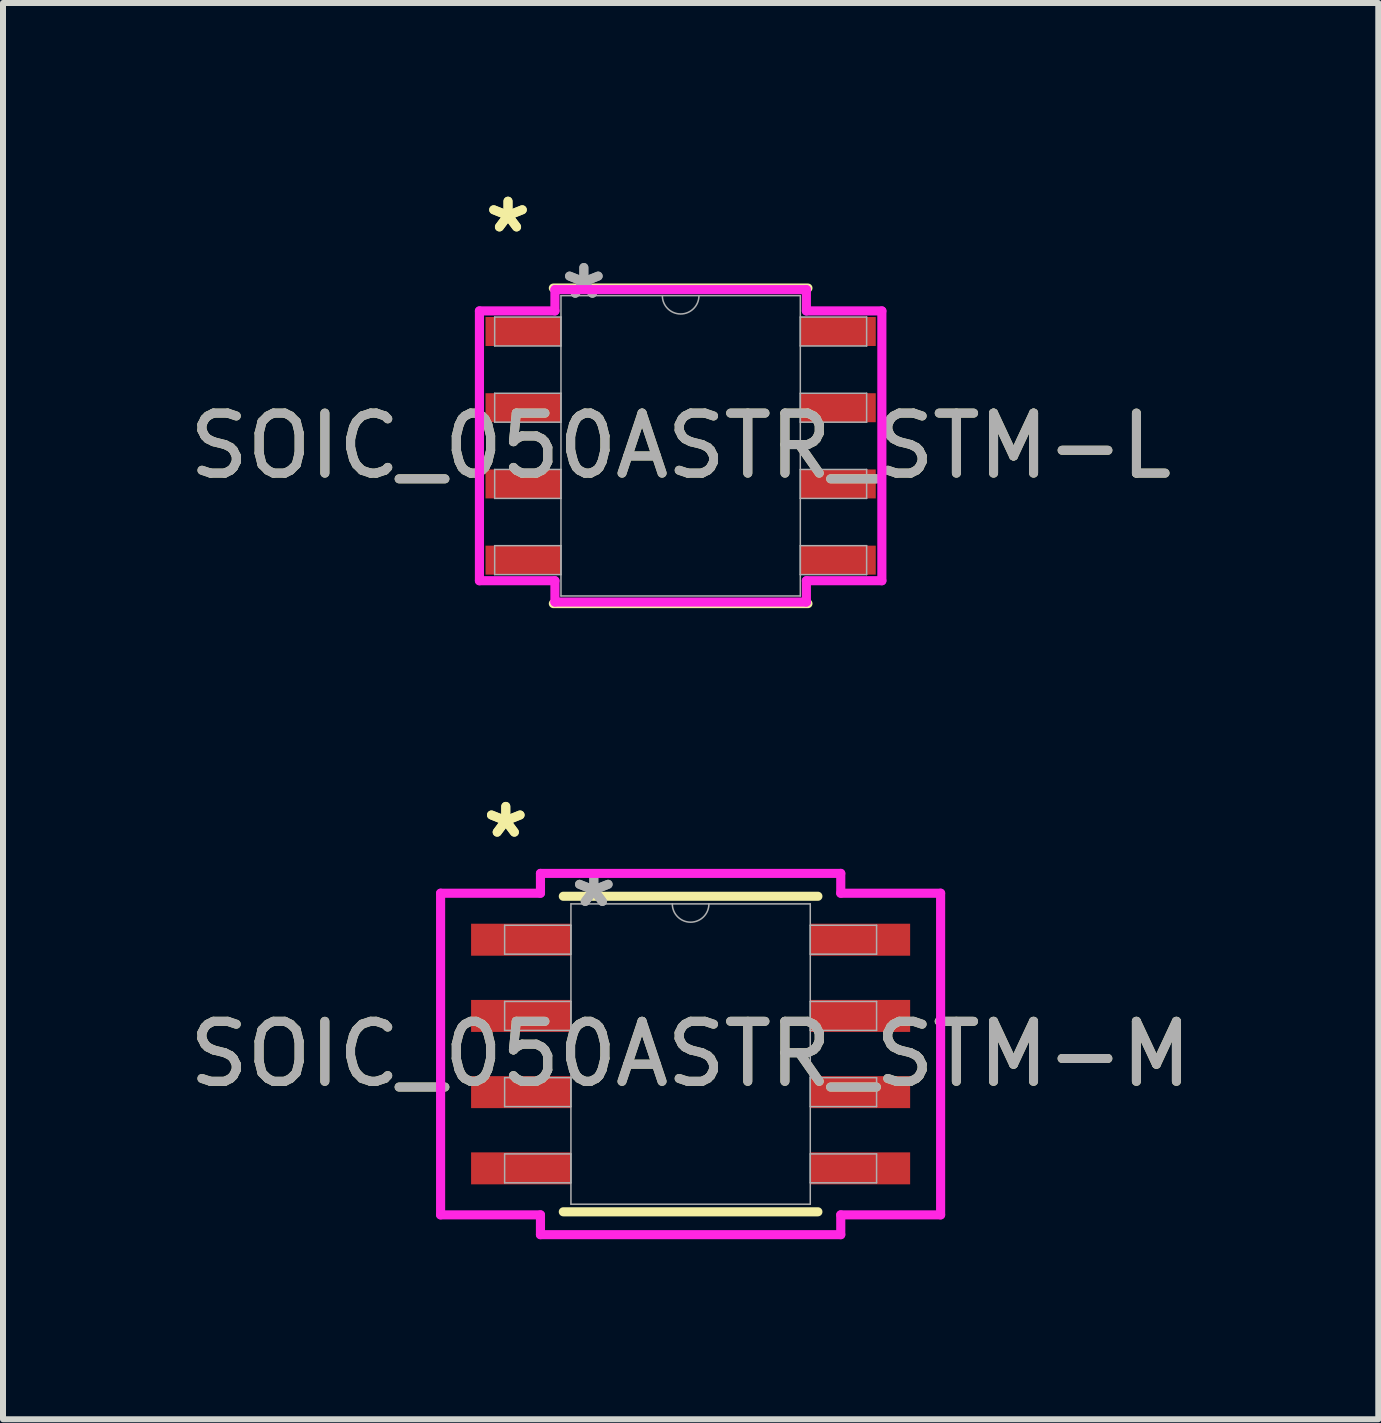
<source format=kicad_pcb>
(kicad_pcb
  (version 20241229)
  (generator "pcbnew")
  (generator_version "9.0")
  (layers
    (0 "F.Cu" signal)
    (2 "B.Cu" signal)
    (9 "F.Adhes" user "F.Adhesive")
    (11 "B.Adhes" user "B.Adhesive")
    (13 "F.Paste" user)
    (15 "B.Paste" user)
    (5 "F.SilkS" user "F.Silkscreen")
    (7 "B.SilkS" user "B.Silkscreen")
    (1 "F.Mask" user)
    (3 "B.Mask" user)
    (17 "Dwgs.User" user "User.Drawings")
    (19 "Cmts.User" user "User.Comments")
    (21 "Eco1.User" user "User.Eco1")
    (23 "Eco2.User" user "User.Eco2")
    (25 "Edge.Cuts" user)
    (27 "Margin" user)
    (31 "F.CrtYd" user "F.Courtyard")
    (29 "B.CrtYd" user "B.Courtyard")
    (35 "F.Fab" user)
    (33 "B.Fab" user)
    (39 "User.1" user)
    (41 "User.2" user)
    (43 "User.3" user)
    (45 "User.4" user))
  (footprint "SOIC_050ASTR_STM-M"
    (layer "F.Cu")
    (at 8.458 14.514)
    (property "Reference" "SOIC_050ASTR_STM-M" (at 0 0 0) (unlocked yes) (layer "F.SilkS") (effects (font (size 1 1) (thickness 0.15))))
    (attr smd)
    (fp_line (start -2.121 2.629) (end 2.121 2.629) (stroke (width 0.152) (type solid)) (layer "F.SilkS"))
    (fp_line (start 2.121 -2.629) (end -2.121 -2.629) (stroke (width 0.152) (type solid)) (layer "F.SilkS"))
    (fp_line (start -4.166 -2.68) (end -2.502 -2.68) (stroke (width 0.152) (type solid)) (layer "F.CrtYd"))
    (fp_line (start -4.166 2.68) (end -4.166 -2.68) (stroke (width 0.152) (type solid)) (layer "F.CrtYd"))
    (fp_line (start -4.166 2.68) (end -2.502 2.68) (stroke (width 0.152) (type solid)) (layer "F.CrtYd"))
    (fp_line (start -2.502 -3.01) (end 2.502 -3.01) (stroke (width 0.152) (type solid)) (layer "F.CrtYd"))
    (fp_line (start -2.502 -2.68) (end -2.502 -3.01) (stroke (width 0.152) (type solid)) (layer "F.CrtYd"))
    (fp_line (start -2.502 3.01) (end -2.502 2.68) (stroke (width 0.152) (type solid)) (layer "F.CrtYd"))
    (fp_line (start 2.502 -3.01) (end 2.502 -2.68) (stroke (width 0.152) (type solid)) (layer "F.CrtYd"))
    (fp_line (start 2.502 2.68) (end 2.502 3.01) (stroke (width 0.152) (type solid)) (layer "F.CrtYd"))
    (fp_line (start 2.502 3.01) (end -2.502 3.01) (stroke (width 0.152) (type solid)) (layer "F.CrtYd"))
    (fp_line (start 4.166 -2.68) (end 2.502 -2.68) (stroke (width 0.152) (type solid)) (layer "F.CrtYd"))
    (fp_line (start 4.166 -2.68) (end 4.166 2.68) (stroke (width 0.152) (type solid)) (layer "F.CrtYd"))
    (fp_line (start 4.166 2.68) (end 2.502 2.68) (stroke (width 0.152) (type solid)) (layer "F.CrtYd"))
    (fp_line (start -3.099 -2.146) (end -3.099 -1.664) (stroke (width 0.025) (type solid)) (layer "F.Fab"))
    (fp_line (start -3.099 -1.664) (end -1.994 -1.664) (stroke (width 0.025) (type solid)) (layer "F.Fab"))
    (fp_line (start -3.099 -0.876) (end -3.099 -0.394) (stroke (width 0.025) (type solid)) (layer "F.Fab"))
    (fp_line (start -3.099 -0.394) (end -1.994 -0.394) (stroke (width 0.025) (type solid)) (layer "F.Fab"))
    (fp_line (start -3.099 0.394) (end -3.099 0.876) (stroke (width 0.025) (type solid)) (layer "F.Fab"))
    (fp_line (start -3.099 0.876) (end -1.994 0.876) (stroke (width 0.025) (type solid)) (layer "F.Fab"))
    (fp_line (start -3.099 1.664) (end -3.099 2.146) (stroke (width 0.025) (type solid)) (layer "F.Fab"))
    (fp_line (start -3.099 2.146) (end -1.994 2.146) (stroke (width 0.025) (type solid)) (layer "F.Fab"))
    (fp_line (start -1.994 -2.502) (end -1.994 2.502) (stroke (width 0.025) (type solid)) (layer "F.Fab"))
    (fp_line (start -1.994 -2.146) (end -3.099 -2.146) (stroke (width 0.025) (type solid)) (layer "F.Fab"))
    (fp_line (start -1.994 -1.664) (end -1.994 -2.146) (stroke (width 0.025) (type solid)) (layer "F.Fab"))
    (fp_line (start -1.994 -0.876) (end -3.099 -0.876) (stroke (width 0.025) (type solid)) (layer "F.Fab"))
    (fp_line (start -1.994 -0.394) (end -1.994 -0.876) (stroke (width 0.025) (type solid)) (layer "F.Fab"))
    (fp_line (start -1.994 0.394) (end -3.099 0.394) (stroke (width 0.025) (type solid)) (layer "F.Fab"))
    (fp_line (start -1.994 0.876) (end -1.994 0.394) (stroke (width 0.025) (type solid)) (layer "F.Fab"))
    (fp_line (start -1.994 1.664) (end -3.099 1.664) (stroke (width 0.025) (type solid)) (layer "F.Fab"))
    (fp_line (start -1.994 2.146) (end -1.994 1.664) (stroke (width 0.025) (type solid)) (layer "F.Fab"))
    (fp_line (start -1.994 2.502) (end 1.994 2.502) (stroke (width 0.025) (type solid)) (layer "F.Fab"))
    (fp_line (start 1.994 -2.502) (end -1.994 -2.502) (stroke (width 0.025) (type solid)) (layer "F.Fab"))
    (fp_line (start 1.994 -2.146) (end 1.994 -1.664) (stroke (width 0.025) (type solid)) (layer "F.Fab"))
    (fp_line (start 1.994 -1.664) (end 3.099 -1.664) (stroke (width 0.025) (type solid)) (layer "F.Fab"))
    (fp_line (start 1.994 -0.876) (end 1.994 -0.394) (stroke (width 0.025) (type solid)) (layer "F.Fab"))
    (fp_line (start 1.994 -0.394) (end 3.099 -0.394) (stroke (width 0.025) (type solid)) (layer "F.Fab"))
    (fp_line (start 1.994 0.394) (end 1.994 0.876) (stroke (width 0.025) (type solid)) (layer "F.Fab"))
    (fp_line (start 1.994 0.876) (end 3.099 0.876) (stroke (width 0.025) (type solid)) (layer "F.Fab"))
    (fp_line (start 1.994 1.664) (end 1.994 2.146) (stroke (width 0.025) (type solid)) (layer "F.Fab"))
    (fp_line (start 1.994 2.146) (end 3.099 2.146) (stroke (width 0.025) (type solid)) (layer "F.Fab"))
    (fp_line (start 1.994 2.502) (end 1.994 -2.502) (stroke (width 0.025) (type solid)) (layer "F.Fab"))
    (fp_line (start 3.099 -2.146) (end 1.994 -2.146) (stroke (width 0.025) (type solid)) (layer "F.Fab"))
    (fp_line (start 3.099 -1.664) (end 3.099 -2.146) (stroke (width 0.025) (type solid)) (layer "F.Fab"))
    (fp_line (start 3.099 -0.876) (end 1.994 -0.876) (stroke (width 0.025) (type solid)) (layer "F.Fab"))
    (fp_line (start 3.099 -0.394) (end 3.099 -0.876) (stroke (width 0.025) (type solid)) (layer "F.Fab"))
    (fp_line (start 3.099 0.394) (end 1.994 0.394) (stroke (width 0.025) (type solid)) (layer "F.Fab"))
    (fp_line (start 3.099 0.876) (end 3.099 0.394) (stroke (width 0.025) (type solid)) (layer "F.Fab"))
    (fp_line (start 3.099 1.664) (end 1.994 1.664) (stroke (width 0.025) (type solid)) (layer "F.Fab"))
    (fp_line (start 3.099 2.146) (end 3.099 1.664) (stroke (width 0.025) (type solid)) (layer "F.Fab"))
    (fp_arc (start 0.3048 -2.5019) (mid 0 -2.1971) (end -0.3048 -2.5019) (stroke (width 0.0254) (type solid)) (layer "F.Fab"))
    (fp_text user "*" (at -3.08 -3.581 0) (layer "F.SilkS") (effects (font (size 1 1) (thickness 0.15))))
    (fp_text user "*" (at -3.08 -3.581 0) (unlocked yes) (layer "F.SilkS") (effects (font (size 1 1) (thickness 0.15))))
    (fp_text user "*" (at -1.613 -2.426 0) (unlocked yes) (layer "F.Fab") (effects (font (size 1 1) (thickness 0.15))))
    (fp_text user "*" (at -1.613 -2.426 0) (layer "F.Fab") (effects (font (size 1 1) (thickness 0.15))))
    (fp_text user "${REFERENCE}" (at 0 0 0) (unlocked yes) (layer "F.Fab") (effects (font (size 1 1) (thickness 0.15))))
    (pad "1" smd rect (at -2.826 -1.905) (size 1.664 0.533) (layers "F.Cu" "F.Mask" "F.Paste"))
    (pad "2" smd rect (at -2.826 -0.635) (size 1.664 0.533) (layers "F.Cu" "F.Mask" "F.Paste"))
    (pad "3" smd rect (at -2.826 0.635) (size 1.664 0.533) (layers "F.Cu" "F.Mask" "F.Paste"))
    (pad "4" smd rect (at -2.826 1.905) (size 1.664 0.533) (layers "F.Cu" "F.Mask" "F.Paste"))
    (pad "5" smd rect (at 2.826 1.905) (size 1.664 0.533) (layers "F.Cu" "F.Mask" "F.Paste"))
    (pad "6" smd rect (at 2.826 0.635) (size 1.664 0.533) (layers "F.Cu" "F.Mask" "F.Paste"))
    (pad "7" smd rect (at 2.826 -0.635) (size 1.664 0.533) (layers "F.Cu" "F.Mask" "F.Paste"))
    (pad "8" smd rect (at 2.826 -1.905) (size 1.664 0.533) (layers "F.Cu" "F.Mask" "F.Paste")))
  (footprint "SOIC_050ASTR_STM-L"
    (layer "F.Cu")
    (at 8.292 4.379)
    (property "Reference" "SOIC_050ASTR_STM-L" (at 0 0 0) (unlocked yes) (layer "F.SilkS") (effects (font (size 1 1) (thickness 0.15))))
    (attr smd)
    (fp_line (start -2.121 2.629) (end 2.121 2.629) (stroke (width 0.152) (type solid)) (layer "F.SilkS"))
    (fp_line (start 2.121 -2.629) (end -2.121 -2.629) (stroke (width 0.152) (type solid)) (layer "F.SilkS"))
    (fp_line (start -3.353 -2.248) (end -2.095 -2.248) (stroke (width 0.152) (type solid)) (layer "F.CrtYd"))
    (fp_line (start -3.353 2.248) (end -3.353 -2.248) (stroke (width 0.152) (type solid)) (layer "F.CrtYd"))
    (fp_line (start -3.353 2.248) (end -2.095 2.248) (stroke (width 0.152) (type solid)) (layer "F.CrtYd"))
    (fp_line (start -2.095 -2.603) (end 2.095 -2.603) (stroke (width 0.152) (type solid)) (layer "F.CrtYd"))
    (fp_line (start -2.095 -2.248) (end -2.095 -2.603) (stroke (width 0.152) (type solid)) (layer "F.CrtYd"))
    (fp_line (start -2.095 2.603) (end -2.095 2.248) (stroke (width 0.152) (type solid)) (layer "F.CrtYd"))
    (fp_line (start 2.095 -2.603) (end 2.095 -2.248) (stroke (width 0.152) (type solid)) (layer "F.CrtYd"))
    (fp_line (start 2.095 2.248) (end 2.095 2.603) (stroke (width 0.152) (type solid)) (layer "F.CrtYd"))
    (fp_line (start 2.095 2.603) (end -2.095 2.603) (stroke (width 0.152) (type solid)) (layer "F.CrtYd"))
    (fp_line (start 3.353 -2.248) (end 2.095 -2.248) (stroke (width 0.152) (type solid)) (layer "F.CrtYd"))
    (fp_line (start 3.353 -2.248) (end 3.353 2.248) (stroke (width 0.152) (type solid)) (layer "F.CrtYd"))
    (fp_line (start 3.353 2.248) (end 2.095 2.248) (stroke (width 0.152) (type solid)) (layer "F.CrtYd"))
    (fp_line (start -3.099 -2.146) (end -3.099 -1.664) (stroke (width 0.025) (type solid)) (layer "F.Fab"))
    (fp_line (start -3.099 -1.664) (end -1.994 -1.664) (stroke (width 0.025) (type solid)) (layer "F.Fab"))
    (fp_line (start -3.099 -0.876) (end -3.099 -0.394) (stroke (width 0.025) (type solid)) (layer "F.Fab"))
    (fp_line (start -3.099 -0.394) (end -1.994 -0.394) (stroke (width 0.025) (type solid)) (layer "F.Fab"))
    (fp_line (start -3.099 0.394) (end -3.099 0.876) (stroke (width 0.025) (type solid)) (layer "F.Fab"))
    (fp_line (start -3.099 0.876) (end -1.994 0.876) (stroke (width 0.025) (type solid)) (layer "F.Fab"))
    (fp_line (start -3.099 1.664) (end -3.099 2.146) (stroke (width 0.025) (type solid)) (layer "F.Fab"))
    (fp_line (start -3.099 2.146) (end -1.994 2.146) (stroke (width 0.025) (type solid)) (layer "F.Fab"))
    (fp_line (start -1.994 -2.502) (end -1.994 2.502) (stroke (width 0.025) (type solid)) (layer "F.Fab"))
    (fp_line (start -1.994 -2.146) (end -3.099 -2.146) (stroke (width 0.025) (type solid)) (layer "F.Fab"))
    (fp_line (start -1.994 -1.664) (end -1.994 -2.146) (stroke (width 0.025) (type solid)) (layer "F.Fab"))
    (fp_line (start -1.994 -0.876) (end -3.099 -0.876) (stroke (width 0.025) (type solid)) (layer "F.Fab"))
    (fp_line (start -1.994 -0.394) (end -1.994 -0.876) (stroke (width 0.025) (type solid)) (layer "F.Fab"))
    (fp_line (start -1.994 0.394) (end -3.099 0.394) (stroke (width 0.025) (type solid)) (layer "F.Fab"))
    (fp_line (start -1.994 0.876) (end -1.994 0.394) (stroke (width 0.025) (type solid)) (layer "F.Fab"))
    (fp_line (start -1.994 1.664) (end -3.099 1.664) (stroke (width 0.025) (type solid)) (layer "F.Fab"))
    (fp_line (start -1.994 2.146) (end -1.994 1.664) (stroke (width 0.025) (type solid)) (layer "F.Fab"))
    (fp_line (start -1.994 2.502) (end 1.994 2.502) (stroke (width 0.025) (type solid)) (layer "F.Fab"))
    (fp_line (start 1.994 -2.502) (end -1.994 -2.502) (stroke (width 0.025) (type solid)) (layer "F.Fab"))
    (fp_line (start 1.994 -2.146) (end 1.994 -1.664) (stroke (width 0.025) (type solid)) (layer "F.Fab"))
    (fp_line (start 1.994 -1.664) (end 3.099 -1.664) (stroke (width 0.025) (type solid)) (layer "F.Fab"))
    (fp_line (start 1.994 -0.876) (end 1.994 -0.394) (stroke (width 0.025) (type solid)) (layer "F.Fab"))
    (fp_line (start 1.994 -0.394) (end 3.099 -0.394) (stroke (width 0.025) (type solid)) (layer "F.Fab"))
    (fp_line (start 1.994 0.394) (end 1.994 0.876) (stroke (width 0.025) (type solid)) (layer "F.Fab"))
    (fp_line (start 1.994 0.876) (end 3.099 0.876) (stroke (width 0.025) (type solid)) (layer "F.Fab"))
    (fp_line (start 1.994 1.664) (end 1.994 2.146) (stroke (width 0.025) (type solid)) (layer "F.Fab"))
    (fp_line (start 1.994 2.146) (end 3.099 2.146) (stroke (width 0.025) (type solid)) (layer "F.Fab"))
    (fp_line (start 1.994 2.502) (end 1.994 -2.502) (stroke (width 0.025) (type solid)) (layer "F.Fab"))
    (fp_line (start 3.099 -2.146) (end 1.994 -2.146) (stroke (width 0.025) (type solid)) (layer "F.Fab"))
    (fp_line (start 3.099 -1.664) (end 3.099 -2.146) (stroke (width 0.025) (type solid)) (layer "F.Fab"))
    (fp_line (start 3.099 -0.876) (end 1.994 -0.876) (stroke (width 0.025) (type solid)) (layer "F.Fab"))
    (fp_line (start 3.099 -0.394) (end 3.099 -0.876) (stroke (width 0.025) (type solid)) (layer "F.Fab"))
    (fp_line (start 3.099 0.394) (end 1.994 0.394) (stroke (width 0.025) (type solid)) (layer "F.Fab"))
    (fp_line (start 3.099 0.876) (end 3.099 0.394) (stroke (width 0.025) (type solid)) (layer "F.Fab"))
    (fp_line (start 3.099 1.664) (end 1.994 1.664) (stroke (width 0.025) (type solid)) (layer "F.Fab"))
    (fp_line (start 3.099 2.146) (end 3.099 1.664) (stroke (width 0.025) (type solid)) (layer "F.Fab"))
    (fp_arc (start 0.3048 -2.5019) (mid 0 -2.1971) (end -0.3048 -2.5019) (stroke (width 0.0254) (type solid)) (layer "F.Fab"))
    (fp_text user "*" (at -2.877 -3.531 0) (unlocked yes) (layer "F.SilkS") (effects (font (size 1 1) (thickness 0.15))))
    (fp_text user "*" (at -2.877 -3.531 0) (layer "F.SilkS") (effects (font (size 1 1) (thickness 0.15))))
    (fp_text user "*" (at -1.613 -2.426 0) (layer "F.Fab") (effects (font (size 1 1) (thickness 0.15))))
    (fp_text user "*" (at -1.613 -2.426 0) (unlocked yes) (layer "F.Fab") (effects (font (size 1 1) (thickness 0.15))))
    (fp_text user "${REFERENCE}" (at 0 0 0) (unlocked yes) (layer "F.Fab") (effects (font (size 1 1) (thickness 0.15))))
    (pad "1" smd rect (at -2.623 -1.905) (size 1.257 0.483) (layers "F.Cu" "F.Mask" "F.Paste"))
    (pad "2" smd rect (at -2.623 -0.635) (size 1.257 0.483) (layers "F.Cu" "F.Mask" "F.Paste"))
    (pad "3" smd rect (at -2.623 0.635) (size 1.257 0.483) (layers "F.Cu" "F.Mask" "F.Paste"))
    (pad "4" smd rect (at -2.623 1.905) (size 1.257 0.483) (layers "F.Cu" "F.Mask" "F.Paste"))
    (pad "5" smd rect (at 2.623 1.905) (size 1.257 0.483) (layers "F.Cu" "F.Mask" "F.Paste"))
    (pad "6" smd rect (at 2.623 0.635) (size 1.257 0.483) (layers "F.Cu" "F.Mask" "F.Paste"))
    (pad "7" smd rect (at 2.623 -0.635) (size 1.257 0.483) (layers "F.Cu" "F.Mask" "F.Paste"))
    (pad "8" smd rect (at 2.623 -1.905) (size 1.257 0.483) (layers "F.Cu" "F.Mask" "F.Paste")))
  (gr_rect
    (start -3 -3)
    (end 19.917 20.6)
    (stroke (width 0.1) (type default))
    (fill no)
    (layer "Edge.Cuts")))
</source>
